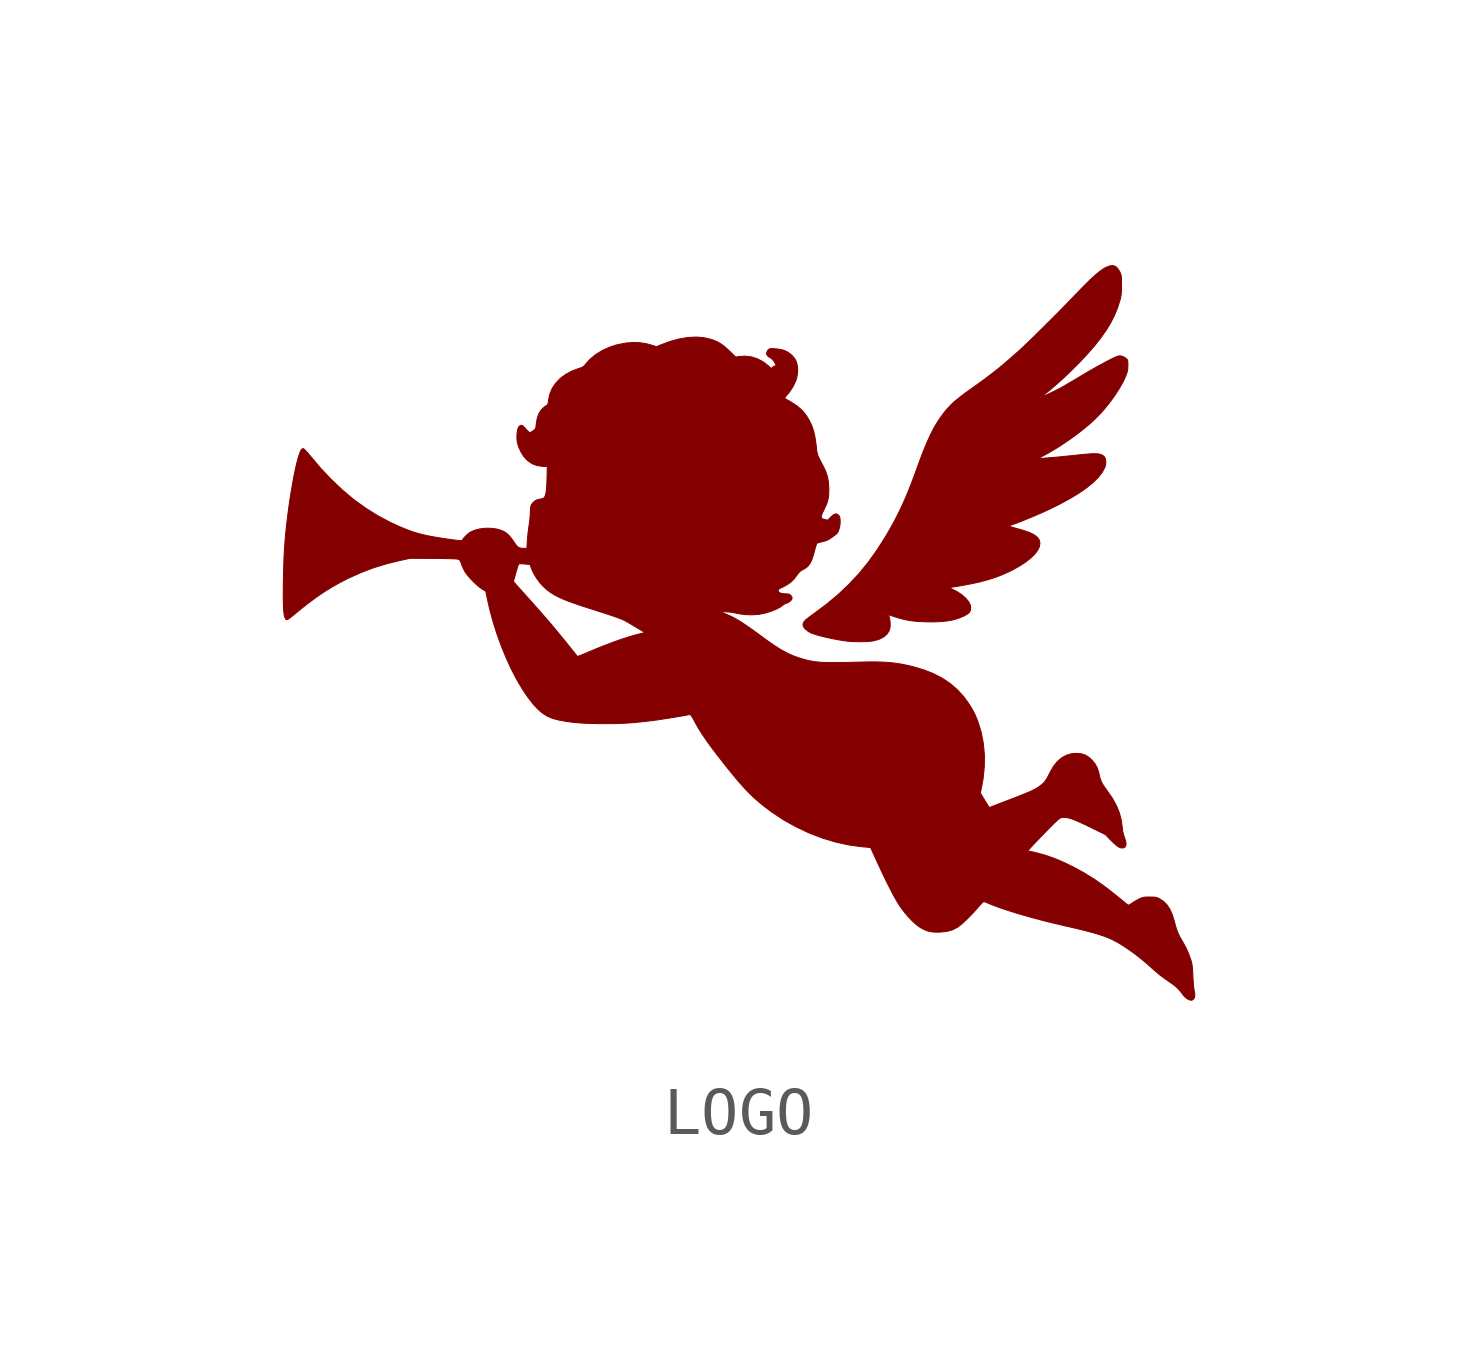
<source format=kicad_sym>
(kicad_symbol_lib
  (version 20210619)
  (generator bitmap2component)
  (symbol "LOGO"
    (pin_names
      (offset 1.016))
    (property "Reference" "#G"
      (at 0 7.365 0)
      (effects (font (size 1.27 1.27)) hide))
    (symbol "LOGO_0_0"
      (polyline (pts (xy 9.278 -7.714) (xy 9.307 -7.693) (xy 9.32 -7.674) (xy 9.332 -7.628) (xy 9.332 -7.569) (xy 9.318 -7.506) (xy 9.314 -7.485) (xy 9.308 -7.439) (xy 9.302 -7.375) (xy 9.297 -7.301) (xy 9.293 -7.22) (xy 9.293 -7.219) (xy 9.289 -7.128) (xy 9.284 -7.058) (xy 9.279 -7.003) (xy 9.271 -6.957) (xy 9.261 -6.914) (xy 9.248 -6.87) (xy 9.205 -6.75) (xy 9.146 -6.618) (xy 9.074 -6.488) (xy 9.067 -6.478) (xy 9.023 -6.401) (xy 8.989 -6.332) (xy 8.961 -6.261) (xy 8.935 -6.181) (xy 8.909 -6.082) (xy 8.903 -6.061) (xy 8.861 -5.928) (xy 8.811 -5.818) (xy 8.752 -5.729) (xy 8.681 -5.659) (xy 8.598 -5.604) (xy 8.57 -5.59) (xy 8.537 -5.578) (xy 8.503 -5.571) (xy 8.457 -5.567) (xy 8.393 -5.567) (xy 8.339 -5.567) (xy 8.29 -5.57) (xy 8.252 -5.577) (xy 8.216 -5.589) (xy 8.173 -5.608) (xy 8.128 -5.632) (xy 8.069 -5.666) (xy 8.021 -5.698) (xy 7.99 -5.718) (xy 7.958 -5.734) (xy 7.941 -5.735) (xy 7.93 -5.727) (xy 7.902 -5.704) (xy 7.859 -5.669) (xy 7.806 -5.626) (xy 7.747 -5.578) (xy 7.715 -5.552) (xy 7.64 -5.492) (xy 7.563 -5.431) (xy 7.492 -5.376) (xy 7.433 -5.332) (xy 7.239 -5.196) (xy 7.032 -5.068) (xy 6.822 -4.952) (xy 6.611 -4.849) (xy 6.404 -4.761) (xy 6.204 -4.692) (xy 6.016 -4.641) (xy 5.852 -4.605) (xy 5.968 -4.479) (xy 5.976 -4.471) (xy 6.024 -4.42) (xy 6.086 -4.355) (xy 6.155 -4.283) (xy 6.228 -4.209) (xy 6.298 -4.137) (xy 6.333 -4.102) (xy 6.395 -4.04) (xy 6.443 -3.994) (xy 6.479 -3.96) (xy 6.507 -3.938) (xy 6.53 -3.924) (xy 6.549 -3.916) (xy 6.569 -3.912) (xy 6.599 -3.909) (xy 6.645 -3.91) (xy 6.697 -3.919) (xy 6.758 -3.936) (xy 6.83 -3.963) (xy 6.917 -4) (xy 7.022 -4.048) (xy 7.147 -4.108) (xy 7.473 -4.269) (xy 7.58 -4.38) (xy 7.636 -4.436) (xy 7.694 -4.487) (xy 7.742 -4.522) (xy 7.783 -4.541) (xy 7.822 -4.547) (xy 7.859 -4.54) (xy 7.889 -4.515) (xy 7.901 -4.471) (xy 7.895 -4.41) (xy 7.87 -4.332) (xy 7.859 -4.304) (xy 7.834 -4.214) (xy 7.821 -4.113) (xy 7.802 -3.97) (xy 7.763 -3.817) (xy 7.703 -3.668) (xy 7.621 -3.518) (xy 7.515 -3.364) (xy 7.466 -3.296) (xy 7.424 -3.234) (xy 7.393 -3.18) (xy 7.371 -3.127) (xy 7.353 -3.07) (xy 7.338 -3.001) (xy 7.331 -2.972) (xy 7.299 -2.873) (xy 7.252 -2.789) (xy 7.185 -2.71) (xy 7.125 -2.656) (xy 7.055 -2.612) (xy 6.978 -2.586) (xy 6.886 -2.576) (xy 6.779 -2.581) (xy 6.667 -2.611) (xy 6.565 -2.666) (xy 6.472 -2.744) (xy 6.389 -2.847) (xy 6.317 -2.973) (xy 6.283 -3.041) (xy 6.248 -3.104) (xy 6.216 -3.154) (xy 6.182 -3.193) (xy 6.141 -3.229) (xy 6.091 -3.267) (xy 6.069 -3.282) (xy 6.035 -3.303) (xy 5.998 -3.324) (xy 5.954 -3.346) (xy 5.902 -3.371) (xy 5.838 -3.398) (xy 5.76 -3.43) (xy 5.665 -3.468) (xy 5.55 -3.513) (xy 5.413 -3.565) (xy 5.052 -3.704) (xy 5.009 -3.635) (xy 4.984 -3.596) (xy 4.949 -3.539) (xy 4.916 -3.484) (xy 4.866 -3.402) (xy 4.9 -3.235) (xy 4.924 -3.099) (xy 4.949 -2.852) (xy 4.951 -2.608) (xy 4.929 -2.369) (xy 4.885 -2.139) (xy 4.817 -1.92) (xy 4.803 -1.882) (xy 4.763 -1.785) (xy 4.722 -1.701) (xy 4.674 -1.617) (xy 4.614 -1.524) (xy 4.52 -1.395) (xy 4.388 -1.25) (xy 4.239 -1.122) (xy 4.073 -1.01) (xy 3.888 -0.915) (xy 3.682 -0.834) (xy 3.454 -0.767) (xy 3.378 -0.749) (xy 3.249 -0.722) (xy 3.123 -0.701) (xy 2.992 -0.686) (xy 2.854 -0.676) (xy 2.704 -0.671) (xy 2.536 -0.671) (xy 2.347 -0.675) (xy 2.259 -0.677) (xy 2.086 -0.682) (xy 1.935 -0.684) (xy 1.805 -0.685) (xy 1.692 -0.684) (xy 1.593 -0.681) (xy 1.506 -0.675) (xy 1.427 -0.667) (xy 1.356 -0.656) (xy 1.288 -0.642) (xy 1.22 -0.626) (xy 1.151 -0.606) (xy 1.084 -0.585) (xy 0.984 -0.549) (xy 0.887 -0.507) (xy 0.79 -0.459) (xy 0.69 -0.402) (xy 0.582 -0.333) (xy 0.461 -0.25) (xy 0.326 -0.151) (xy 0.223 -0.076) (xy 0.103 0.011) (xy -0.002 0.084) (xy -0.094 0.146) (xy -0.177 0.197) (xy -0.253 0.241) (xy -0.325 0.278) (xy -0.396 0.31) (xy -0.47 0.34) (xy -0.553 0.372) (xy -0.446 0.373) (xy -0.442 0.373) (xy -0.336 0.366) (xy -0.233 0.347) (xy -0.165 0.332) (xy -0.028 0.314) (xy 0.113 0.31) (xy 0.247 0.319) (xy 0.272 0.323) (xy 0.388 0.347) (xy 0.501 0.381) (xy 0.606 0.422) (xy 0.696 0.469) (xy 0.767 0.52) (xy 0.795 0.538) (xy 0.833 0.553) (xy 0.869 0.567) (xy 0.907 0.595) (xy 0.935 0.628) (xy 0.947 0.658) (xy 0.938 0.686) (xy 0.918 0.716) (xy 0.911 0.723) (xy 0.888 0.738) (xy 0.857 0.745) (xy 0.808 0.747) (xy 0.78 0.748) (xy 0.715 0.757) (xy 0.673 0.778) (xy 0.656 0.811) (xy 0.655 0.821) (xy 0.665 0.842) (xy 0.696 0.861) (xy 0.771 0.897) (xy 0.857 0.946) (xy 0.926 0.997) (xy 0.984 1.054) (xy 1.036 1.123) (xy 1.06 1.156) (xy 1.095 1.198) (xy 1.131 1.229) (xy 1.175 1.254) (xy 1.196 1.265) (xy 1.247 1.298) (xy 1.288 1.338) (xy 1.323 1.388) (xy 1.354 1.452) (xy 1.383 1.535) (xy 1.412 1.64) (xy 1.427 1.696) (xy 1.442 1.747) (xy 1.455 1.784) (xy 1.462 1.8) (xy 1.464 1.801) (xy 1.486 1.81) (xy 1.526 1.821) (xy 1.575 1.832) (xy 1.586 1.835) (xy 1.651 1.853) (xy 1.707 1.879) (xy 1.769 1.919) (xy 1.78 1.927) (xy 1.825 1.96) (xy 1.861 1.989) (xy 1.882 2.008) (xy 1.901 2.037) (xy 1.923 2.092) (xy 1.939 2.158) (xy 1.947 2.226) (xy 1.946 2.291) (xy 1.937 2.346) (xy 1.918 2.382) (xy 1.915 2.385) (xy 1.881 2.409) (xy 1.846 2.411) (xy 1.804 2.391) (xy 1.754 2.348) (xy 1.687 2.281) (xy 1.623 2.295) (xy 1.594 2.303) (xy 1.566 2.317) (xy 1.553 2.34) (xy 1.555 2.373) (xy 1.573 2.422) (xy 1.605 2.489) (xy 1.626 2.534) (xy 1.663 2.615) (xy 1.687 2.687) (xy 1.702 2.757) (xy 1.709 2.834) (xy 1.711 2.927) (xy 1.71 2.962) (xy 1.701 3.085) (xy 1.68 3.196) (xy 1.644 3.301) (xy 1.592 3.411) (xy 1.551 3.488) (xy 1.519 3.548) (xy 1.496 3.596) (xy 1.48 3.636) (xy 1.469 3.675) (xy 1.461 3.717) (xy 1.455 3.768) (xy 1.448 3.833) (xy 1.441 3.888) (xy 1.42 4.026) (xy 1.391 4.147) (xy 1.354 4.254) (xy 1.306 4.355) (xy 1.246 4.454) (xy 1.245 4.457) (xy 1.16 4.563) (xy 1.055 4.656) (xy 0.929 4.739) (xy 0.904 4.753) (xy 0.857 4.78) (xy 0.82 4.801) (xy 0.801 4.812) (xy 0.796 4.816) (xy 0.794 4.829) (xy 0.807 4.851) (xy 0.837 4.885) (xy 0.882 4.938) (xy 0.962 5.057) (xy 1.023 5.184) (xy 1.04 5.235) (xy 1.057 5.329) (xy 1.061 5.427) (xy 1.051 5.519) (xy 1.028 5.597) (xy 1.002 5.643) (xy 0.944 5.713) (xy 0.871 5.772) (xy 0.789 5.814) (xy 0.775 5.819) (xy 0.718 5.834) (xy 0.65 5.845) (xy 0.582 5.852) (xy 0.521 5.854) (xy 0.477 5.849) (xy 0.472 5.847) (xy 0.444 5.824) (xy 0.422 5.787) (xy 0.413 5.748) (xy 0.42 5.729) (xy 0.44 5.701) (xy 0.465 5.677) (xy 0.486 5.667) (xy 0.488 5.667) (xy 0.51 5.654) (xy 0.538 5.627) (xy 0.568 5.59) (xy 0.592 5.551) (xy 0.602 5.529) (xy 0.612 5.505) (xy 0.608 5.495) (xy 0.591 5.493) (xy 0.568 5.486) (xy 0.54 5.466) (xy 0.511 5.439) (xy 0.459 5.489) (xy 0.453 5.495) (xy 0.342 5.58) (xy 0.221 5.643) (xy 0.093 5.683) (xy -0.038 5.698) (xy -0.171 5.688) (xy -0.228 5.678) (xy -0.344 5.79) (xy -0.394 5.838) (xy -0.468 5.902) (xy -0.535 5.952) (xy -0.601 5.99) (xy -0.67 6.022) (xy -0.734 6.045) (xy -0.886 6.081) (xy -1.05 6.095) (xy -1.225 6.086) (xy -1.409 6.055) (xy -1.599 6.003) (xy -1.795 5.929) (xy -1.877 5.894) (xy -1.979 5.926) (xy -2.092 5.957) (xy -2.228 5.978) (xy -2.366 5.982) (xy -2.513 5.97) (xy -2.675 5.939) (xy -2.715 5.93) (xy -2.865 5.88) (xy -3.009 5.814) (xy -3.14 5.733) (xy -3.254 5.641) (xy -3.348 5.539) (xy -3.35 5.535) (xy -3.381 5.498) (xy -3.41 5.475) (xy -3.445 5.457) (xy -3.498 5.44) (xy -3.639 5.387) (xy -3.772 5.316) (xy -3.887 5.229) (xy -3.981 5.13) (xy -4.054 5.018) (xy -4.103 4.896) (xy -4.129 4.766) (xy -4.134 4.723) (xy -4.142 4.694) (xy -4.157 4.676) (xy -4.183 4.66) (xy -4.211 4.642) (xy -4.277 4.58) (xy -4.328 4.499) (xy -4.363 4.399) (xy -4.382 4.284) (xy -4.386 4.249) (xy -4.391 4.21) (xy -4.4 4.185) (xy -4.417 4.166) (xy -4.444 4.145) (xy -4.446 4.144) (xy -4.479 4.121) (xy -4.503 4.109) (xy -4.525 4.11) (xy -4.549 4.126) (xy -4.58 4.158) (xy -4.624 4.209) (xy -4.652 4.238) (xy -4.686 4.258) (xy -4.716 4.254) (xy -4.745 4.226) (xy -4.75 4.219) (xy -4.768 4.172) (xy -4.78 4.109) (xy -4.785 4.035) (xy -4.784 3.96) (xy -4.774 3.89) (xy -4.748 3.805) (xy -4.706 3.711) (xy -4.653 3.623) (xy -4.594 3.553) (xy -4.557 3.518) (xy -4.468 3.457) (xy -4.371 3.419) (xy -4.261 3.403) (xy -4.153 3.397) (xy -4.157 3.189) (xy -4.158 3.172) (xy -4.162 3.043) (xy -4.168 2.94) (xy -4.178 2.86) (xy -4.191 2.802) (xy -4.206 2.766) (xy -4.211 2.758) (xy -4.226 2.743) (xy -4.247 2.732) (xy -4.282 2.723) (xy -4.336 2.714) (xy -4.347 2.712) (xy -4.404 2.687) (xy -4.454 2.644) (xy -4.489 2.591) (xy -4.489 2.59) (xy -4.498 2.553) (xy -4.504 2.499) (xy -4.507 2.437) (xy -4.508 2.395) (xy -4.513 2.322) (xy -4.522 2.243) (xy -4.533 2.167) (xy -4.54 2.119) (xy -4.552 2.027) (xy -4.562 1.933) (xy -4.569 1.85) (xy -4.577 1.693) (xy -4.639 1.695) (xy -4.683 1.697) (xy -4.723 1.703) (xy -4.754 1.716) (xy -4.783 1.741) (xy -4.815 1.781) (xy -4.855 1.84) (xy -4.903 1.907) (xy -4.958 1.972) (xy -5.015 2.02) (xy -5.077 2.055) (xy -5.151 2.082) (xy -5.208 2.097) (xy -5.322 2.112) (xy -5.442 2.113) (xy -5.559 2.099) (xy -5.666 2.071) (xy -5.756 2.031) (xy -5.776 2.018) (xy -5.813 1.988) (xy -5.851 1.952) (xy -5.886 1.916) (xy -5.911 1.885) (xy -5.92 1.865) (xy -5.922 1.86) (xy -5.933 1.856) (xy -5.956 1.855) (xy -5.994 1.857) (xy -6.05 1.863) (xy -6.126 1.873) (xy -6.226 1.887) (xy -6.32 1.901) (xy -6.475 1.926) (xy -6.609 1.95) (xy -6.729 1.976) (xy -6.838 2.004) (xy -6.942 2.035) (xy -7.045 2.071) (xy -7.151 2.113) (xy -7.265 2.162) (xy -7.422 2.235) (xy -7.685 2.375) (xy -7.936 2.532) (xy -8.18 2.708) (xy -8.416 2.906) (xy -8.648 3.125) (xy -8.877 3.368) (xy -9.104 3.637) (xy -9.107 3.64) (xy -9.152 3.693) (xy -9.191 3.735) (xy -9.221 3.763) (xy -9.238 3.773) (xy -9.238 3.773) (xy -9.261 3.763) (xy -9.282 3.737) (xy -9.297 3.708) (xy -9.322 3.64) (xy -9.35 3.549) (xy -9.378 3.436) (xy -9.408 3.304) (xy -9.438 3.155) (xy -9.467 2.989) (xy -9.497 2.811) (xy -9.526 2.62) (xy -9.558 2.383) (xy -9.585 2.157) (xy -9.607 1.94) (xy -9.623 1.723) (xy -9.636 1.502) (xy -9.644 1.267) (xy -9.649 1.013) (xy -9.651 0.88) (xy -9.652 0.731) (xy -9.651 0.605) (xy -9.648 0.5) (xy -9.644 0.415) (xy -9.637 0.347) (xy -9.629 0.295) (xy -9.618 0.257) (xy -9.605 0.23) (xy -9.604 0.227) (xy -9.593 0.215) (xy -9.581 0.209) (xy -9.563 0.213) (xy -9.537 0.228) (xy -9.5 0.255) (xy -9.449 0.296) (xy -9.38 0.352) (xy -9.298 0.42) (xy -9.124 0.557) (xy -8.959 0.679) (xy -8.8 0.787) (xy -8.641 0.886) (xy -8.478 0.978) (xy -8.305 1.067) (xy -8.296 1.071) (xy -8.033 1.19) (xy -7.769 1.29) (xy -7.496 1.374) (xy -7.207 1.444) (xy -7.007 1.487) (xy -6.547 1.484) (xy -6.465 1.484) (xy -6.359 1.483) (xy -6.261 1.481) (xy -6.176 1.479) (xy -6.106 1.476) (xy -6.056 1.474) (xy -6.029 1.471) (xy -6.013 1.468) (xy -5.989 1.46) (xy -5.972 1.446) (xy -5.959 1.419) (xy -5.942 1.373) (xy -5.926 1.33) (xy -5.897 1.265) (xy -5.867 1.207) (xy -5.826 1.15) (xy -5.77 1.083) (xy -5.705 1.013) (xy -5.694 1.002) (xy -4.858 1.002) (xy -4.837 1.078) (xy -4.818 1.148) (xy -4.796 1.226) (xy -4.779 1.283) (xy -4.766 1.324) (xy -4.756 1.35) (xy -4.746 1.365) (xy -4.737 1.371) (xy -4.726 1.373) (xy -4.712 1.373) (xy -4.689 1.373) (xy -4.643 1.37) (xy -4.591 1.365) (xy -4.512 1.357) (xy -4.481 1.272) (xy -4.473 1.25) (xy -4.431 1.163) (xy -4.375 1.071) (xy -4.31 0.983) (xy -4.242 0.907) (xy -4.197 0.864) (xy -4.137 0.814) (xy -4.071 0.767) (xy -3.998 0.722) (xy -3.914 0.679) (xy -3.817 0.635) (xy -3.704 0.59) (xy -3.573 0.543) (xy -3.421 0.491) (xy -3.246 0.435) (xy -3.236 0.432) (xy -3.073 0.38) (xy -2.934 0.335) (xy -2.817 0.296) (xy -2.721 0.263) (xy -2.644 0.235) (xy -2.585 0.211) (xy -2.543 0.191) (xy -2.535 0.187) (xy -2.502 0.169) (xy -2.456 0.142) (xy -2.399 0.109) (xy -2.338 0.073) (xy -2.277 0.036) (xy -2.22 0.002) (xy -2.172 -0.028) (xy -2.138 -0.049) (xy -2.123 -0.06) (xy -2.128 -0.062) (xy -2.153 -0.069) (xy -2.195 -0.08) (xy -2.25 -0.093) (xy -2.311 -0.108) (xy -2.443 -0.146) (xy -2.595 -0.195) (xy -2.764 -0.254) (xy -2.946 -0.323) (xy -3.14 -0.4) (xy -3.343 -0.485) (xy -3.368 -0.496) (xy -3.428 -0.521) (xy -3.477 -0.541) (xy -3.51 -0.554) (xy -3.523 -0.559) (xy -3.524 -0.557) (xy -3.538 -0.541) (xy -3.566 -0.507) (xy -3.604 -0.459) (xy -3.651 -0.401) (xy -3.703 -0.336) (xy -3.794 -0.222) (xy -3.949 -0.033) (xy -4.111 0.16) (xy -4.287 0.362) (xy -4.478 0.578) (xy -4.544 0.651) (xy -4.611 0.726) (xy -4.672 0.794) (xy -4.725 0.853) (xy -4.766 0.899) (xy -4.793 0.929) (xy -4.858 1.002) (xy -5.694 1.002) (xy -5.636 0.947) (xy -5.57 0.89) (xy -5.513 0.849) (xy -5.432 0.8) (xy -5.408 0.677) (xy -5.408 0.676) (xy -5.35 0.418) (xy -5.28 0.16) (xy -5.199 -0.096) (xy -5.108 -0.346) (xy -5.009 -0.587) (xy -4.904 -0.817) (xy -4.792 -1.032) (xy -4.676 -1.23) (xy -4.557 -1.407) (xy -4.437 -1.56) (xy -4.347 -1.656) (xy -4.251 -1.738) (xy -4.152 -1.801) (xy -4.045 -1.847) (xy -3.925 -1.879) (xy -3.889 -1.886) (xy -3.786 -1.905) (xy -3.688 -1.92) (xy -3.591 -1.932) (xy -3.488 -1.941) (xy -3.374 -1.948) (xy -3.244 -1.952) (xy -3.093 -1.956) (xy -2.949 -1.957) (xy -2.75 -1.956) (xy -2.561 -1.949) (xy -2.373 -1.937) (xy -2.178 -1.918) (xy -1.965 -1.893) (xy -1.934 -1.889) (xy -1.861 -1.879) (xy -1.777 -1.866) (xy -1.685 -1.852) (xy -1.589 -1.837) (xy -1.495 -1.821) (xy -1.406 -1.807) (xy -1.326 -1.793) (xy -1.26 -1.781) (xy -1.212 -1.772) (xy -1.185 -1.766) (xy -1.184 -1.766) (xy -1.17 -1.771) (xy -1.152 -1.792) (xy -1.127 -1.832) (xy -1.093 -1.894) (xy -1.091 -1.897) (xy -1.043 -1.985) (xy -0.992 -2.073) (xy -0.934 -2.164) (xy -0.87 -2.26) (xy -0.797 -2.365) (xy -0.713 -2.479) (xy -0.617 -2.605) (xy -0.506 -2.747) (xy -0.38 -2.907) (xy -0.379 -2.907) (xy -0.258 -3.056) (xy -0.148 -3.187) (xy -0.045 -3.301) (xy 0.053 -3.404) (xy 0.151 -3.498) (xy 0.252 -3.587) (xy 0.359 -3.674) (xy 0.476 -3.763) (xy 0.522 -3.797) (xy 0.769 -3.961) (xy 1.03 -4.106) (xy 1.299 -4.233) (xy 1.575 -4.339) (xy 1.854 -4.423) (xy 2.132 -4.484) (xy 2.407 -4.521) (xy 2.42 -4.522) (xy 2.482 -4.527) (xy 2.534 -4.532) (xy 2.568 -4.536) (xy 2.581 -4.538) (xy 2.584 -4.545) (xy 2.598 -4.574) (xy 2.619 -4.621) (xy 2.648 -4.683) (xy 2.682 -4.757) (xy 2.719 -4.84) (xy 2.744 -4.893) (xy 2.834 -5.085) (xy 2.918 -5.259) (xy 2.997 -5.415) (xy 3.068 -5.55) (xy 3.132 -5.663) (xy 3.188 -5.753) (xy 3.213 -5.789) (xy 3.285 -5.884) (xy 3.363 -5.977) (xy 3.444 -6.061) (xy 3.521 -6.133) (xy 3.591 -6.186) (xy 3.645 -6.218) (xy 3.723 -6.258) (xy 3.798 -6.283) (xy 3.881 -6.296) (xy 3.98 -6.299) (xy 4.048 -6.297) (xy 4.18 -6.281) (xy 4.294 -6.247) (xy 4.393 -6.195) (xy 4.421 -6.175) (xy 4.487 -6.122) (xy 4.562 -6.053) (xy 4.643 -5.973) (xy 4.726 -5.886) (xy 4.807 -5.795) (xy 4.821 -5.779) (xy 4.864 -5.731) (xy 4.9 -5.692) (xy 4.927 -5.668) (xy 4.94 -5.66) (xy 4.949 -5.664) (xy 4.98 -5.676) (xy 5.026 -5.695) (xy 5.08 -5.717) (xy 5.138 -5.74) (xy 5.275 -5.791) (xy 5.432 -5.844) (xy 5.607 -5.899) (xy 5.797 -5.955) (xy 5.997 -6.011) (xy 6.204 -6.065) (xy 6.415 -6.117) (xy 6.627 -6.167) (xy 6.798 -6.206) (xy 6.961 -6.245) (xy 7.103 -6.281) (xy 7.227 -6.314) (xy 7.335 -6.347) (xy 7.429 -6.378) (xy 7.514 -6.41) (xy 7.59 -6.442) (xy 7.61 -6.452) (xy 7.714 -6.506) (xy 7.83 -6.576) (xy 7.955 -6.659) (xy 8.083 -6.751) (xy 8.21 -6.85) (xy 8.333 -6.952) (xy 8.446 -7.054) (xy 8.598 -7.186) (xy 8.773 -7.313) (xy 8.78 -7.318) (xy 8.863 -7.375) (xy 8.929 -7.425) (xy 8.984 -7.476) (xy 9.034 -7.532) (xy 9.085 -7.6) (xy 9.101 -7.62) (xy 9.141 -7.66) (xy 9.181 -7.69) (xy 9.204 -7.702) (xy 9.246 -7.717) (xy 9.278 -7.714)) (stroke (width 0.01)) (fill (type outline)))
      (polyline (pts (xy 2.472 -0.248) (xy 2.56 -0.243) (xy 2.63 -0.234) (xy 2.657 -0.229) (xy 2.767 -0.196) (xy 2.856 -0.148) (xy 2.924 -0.088) (xy 2.97 -0.015) (xy 2.977 0.004) (xy 2.987 0.064) (xy 2.989 0.133) (xy 2.983 0.202) (xy 2.97 0.26) (xy 2.95 0.314) (xy 3.078 0.271) (xy 3.161 0.245) (xy 3.267 0.216) (xy 3.369 0.195) (xy 3.476 0.18) (xy 3.595 0.17) (xy 3.733 0.164) (xy 3.882 0.162) (xy 4.042 0.168) (xy 4.183 0.183) (xy 4.309 0.207) (xy 4.423 0.242) (xy 4.53 0.287) (xy 4.531 0.288) (xy 4.596 0.325) (xy 4.637 0.361) (xy 4.66 0.403) (xy 4.667 0.453) (xy 4.657 0.512) (xy 4.623 0.582) (xy 4.566 0.651) (xy 4.491 0.72) (xy 4.397 0.783) (xy 4.288 0.841) (xy 4.286 0.842) (xy 4.248 0.861) (xy 4.224 0.874) (xy 4.22 0.879) (xy 4.246 0.882) (xy 4.299 0.889) (xy 4.369 0.9) (xy 4.451 0.914) (xy 4.539 0.93) (xy 4.628 0.947) (xy 4.713 0.964) (xy 4.788 0.98) (xy 4.848 0.994) (xy 4.854 0.995) (xy 5.028 1.042) (xy 5.184 1.092) (xy 5.33 1.148) (xy 5.473 1.213) (xy 5.539 1.246) (xy 5.682 1.326) (xy 5.807 1.407) (xy 5.911 1.489) (xy 5.995 1.569) (xy 6.056 1.648) (xy 6.094 1.723) (xy 6.107 1.794) (xy 6.106 1.809) (xy 6.095 1.862) (xy 6.067 1.909) (xy 6.021 1.953) (xy 5.956 1.993) (xy 5.869 2.032) (xy 5.758 2.07) (xy 5.623 2.108) (xy 5.608 2.112) (xy 5.548 2.129) (xy 5.502 2.143) (xy 5.472 2.155) (xy 5.463 2.161) (xy 5.474 2.167) (xy 5.505 2.179) (xy 5.547 2.194) (xy 5.577 2.204) (xy 5.648 2.23) (xy 5.735 2.264) (xy 5.833 2.304) (xy 5.938 2.347) (xy 6.043 2.392) (xy 6.145 2.436) (xy 6.238 2.478) (xy 6.298 2.506) (xy 6.532 2.622) (xy 6.741 2.736) (xy 6.925 2.848) (xy 7.083 2.958) (xy 7.216 3.067) (xy 7.323 3.173) (xy 7.404 3.277) (xy 7.458 3.378) (xy 7.461 3.385) (xy 7.477 3.445) (xy 7.48 3.506) (xy 7.471 3.561) (xy 7.451 3.599) (xy 7.427 3.622) (xy 7.398 3.64) (xy 7.362 3.653) (xy 7.317 3.662) (xy 7.26 3.665) (xy 7.188 3.664) (xy 7.098 3.658) (xy 6.987 3.648) (xy 6.853 3.634) (xy 6.838 3.632) (xy 6.737 3.622) (xy 6.633 3.611) (xy 6.534 3.601) (xy 6.447 3.593) (xy 6.38 3.587) (xy 6.307 3.581) (xy 6.236 3.575) (xy 6.176 3.57) (xy 6.133 3.567) (xy 6.06 3.56) (xy 6.199 3.634) (xy 6.311 3.696) (xy 6.486 3.801) (xy 6.66 3.916) (xy 6.829 4.035) (xy 6.99 4.158) (xy 7.138 4.281) (xy 7.268 4.4) (xy 7.378 4.513) (xy 7.452 4.598) (xy 7.568 4.742) (xy 7.673 4.887) (xy 7.764 5.029) (xy 7.84 5.163) (xy 7.896 5.286) (xy 7.913 5.331) (xy 7.929 5.386) (xy 7.937 5.439) (xy 7.939 5.504) (xy 7.939 5.552) (xy 7.937 5.59) (xy 7.931 5.615) (xy 7.918 5.633) (xy 7.898 5.653) (xy 7.854 5.682) (xy 7.799 5.7) (xy 7.781 5.703) (xy 7.759 5.703) (xy 7.735 5.698) (xy 7.704 5.687) (xy 7.662 5.669) (xy 7.604 5.641) (xy 7.527 5.602) (xy 7.484 5.58) (xy 7.4 5.535) (xy 7.303 5.482) (xy 7.2 5.423) (xy 7.097 5.364) (xy 7 5.306) (xy 6.928 5.263) (xy 6.837 5.209) (xy 6.749 5.157) (xy 6.67 5.111) (xy 6.604 5.072) (xy 6.556 5.045) (xy 6.502 5.016) (xy 6.438 4.984) (xy 6.372 4.951) (xy 6.307 4.92) (xy 6.248 4.893) (xy 6.2 4.872) (xy 6.166 4.859) (xy 6.152 4.857) (xy 6.158 4.865) (xy 6.18 4.885) (xy 6.214 4.911) (xy 6.26 4.947) (xy 6.347 5.018) (xy 6.446 5.104) (xy 6.552 5.199) (xy 6.662 5.301) (xy 6.771 5.406) (xy 6.936 5.571) (xy 7.106 5.753) (xy 7.255 5.925) (xy 7.384 6.09) (xy 7.495 6.249) (xy 7.588 6.404) (xy 7.665 6.558) (xy 7.727 6.711) (xy 7.776 6.867) (xy 7.777 6.87) (xy 7.789 6.922) (xy 7.798 6.971) (xy 7.803 7.026) (xy 7.806 7.093) (xy 7.806 7.18) (xy 7.806 7.217) (xy 7.806 7.285) (xy 7.804 7.334) (xy 7.8 7.37) (xy 7.793 7.399) (xy 7.783 7.427) (xy 7.768 7.458) (xy 7.727 7.524) (xy 7.681 7.567) (xy 7.626 7.584) (xy 7.562 7.577) (xy 7.485 7.547) (xy 7.467 7.538) (xy 7.411 7.504) (xy 7.35 7.46) (xy 7.281 7.404) (xy 7.204 7.335) (xy 7.116 7.251) (xy 7.014 7.15) (xy 6.898 7.03) (xy 6.864 6.995) (xy 6.742 6.868) (xy 6.615 6.738) (xy 6.486 6.606) (xy 6.356 6.476) (xy 6.229 6.349) (xy 6.107 6.228) (xy 5.991 6.114) (xy 5.885 6.011) (xy 5.79 5.92) (xy 5.709 5.844) (xy 5.644 5.785) (xy 5.619 5.763) (xy 5.489 5.649) (xy 5.373 5.548) (xy 5.264 5.457) (xy 5.157 5.372) (xy 5.048 5.288) (xy 4.932 5.201) (xy 4.804 5.108) (xy 4.658 5.004) (xy 4.541 4.92) (xy 4.444 4.847) (xy 6.12 4.847) (xy 6.127 4.853) (xy 6.133 4.847) (xy 6.127 4.84) (xy 6.12 4.847) (xy 4.444 4.847) (xy 4.44 4.843) (xy 4.354 4.774) (xy 4.281 4.709) (xy 4.217 4.644) (xy 4.158 4.578) (xy 4.113 4.523) (xy 4.038 4.423) (xy 3.968 4.318) (xy 3.901 4.204) (xy 3.836 4.078) (xy 3.771 3.937) (xy 3.704 3.78) (xy 3.634 3.601) (xy 3.56 3.4) (xy 3.501 3.237) (xy 3.425 3.035) (xy 3.352 2.852) (xy 3.28 2.683) (xy 3.208 2.524) (xy 3.132 2.371) (xy 3.053 2.22) (xy 2.967 2.067) (xy 2.889 1.933) (xy 2.713 1.657) (xy 2.53 1.403) (xy 2.337 1.167) (xy 2.13 0.945) (xy 1.907 0.734) (xy 1.663 0.53) (xy 1.396 0.331) (xy 1.35 0.298) (xy 1.285 0.249) (xy 1.237 0.211) (xy 1.205 0.179) (xy 1.186 0.152) (xy 1.176 0.127) (xy 1.173 0.1) (xy 1.174 0.092) (xy 1.19 0.05) (xy 1.228 0.007) (xy 1.28 -0.034) (xy 1.344 -0.069) (xy 1.391 -0.086) (xy 1.469 -0.111) (xy 1.563 -0.136) (xy 1.669 -0.162) (xy 1.78 -0.186) (xy 1.891 -0.207) (xy 1.998 -0.225) (xy 2.093 -0.238) (xy 2.171 -0.245) (xy 2.269 -0.249) (xy 2.372 -0.251) (xy 2.472 -0.248)) (stroke (width 0.01)) (fill (type outline))))))
</source>
